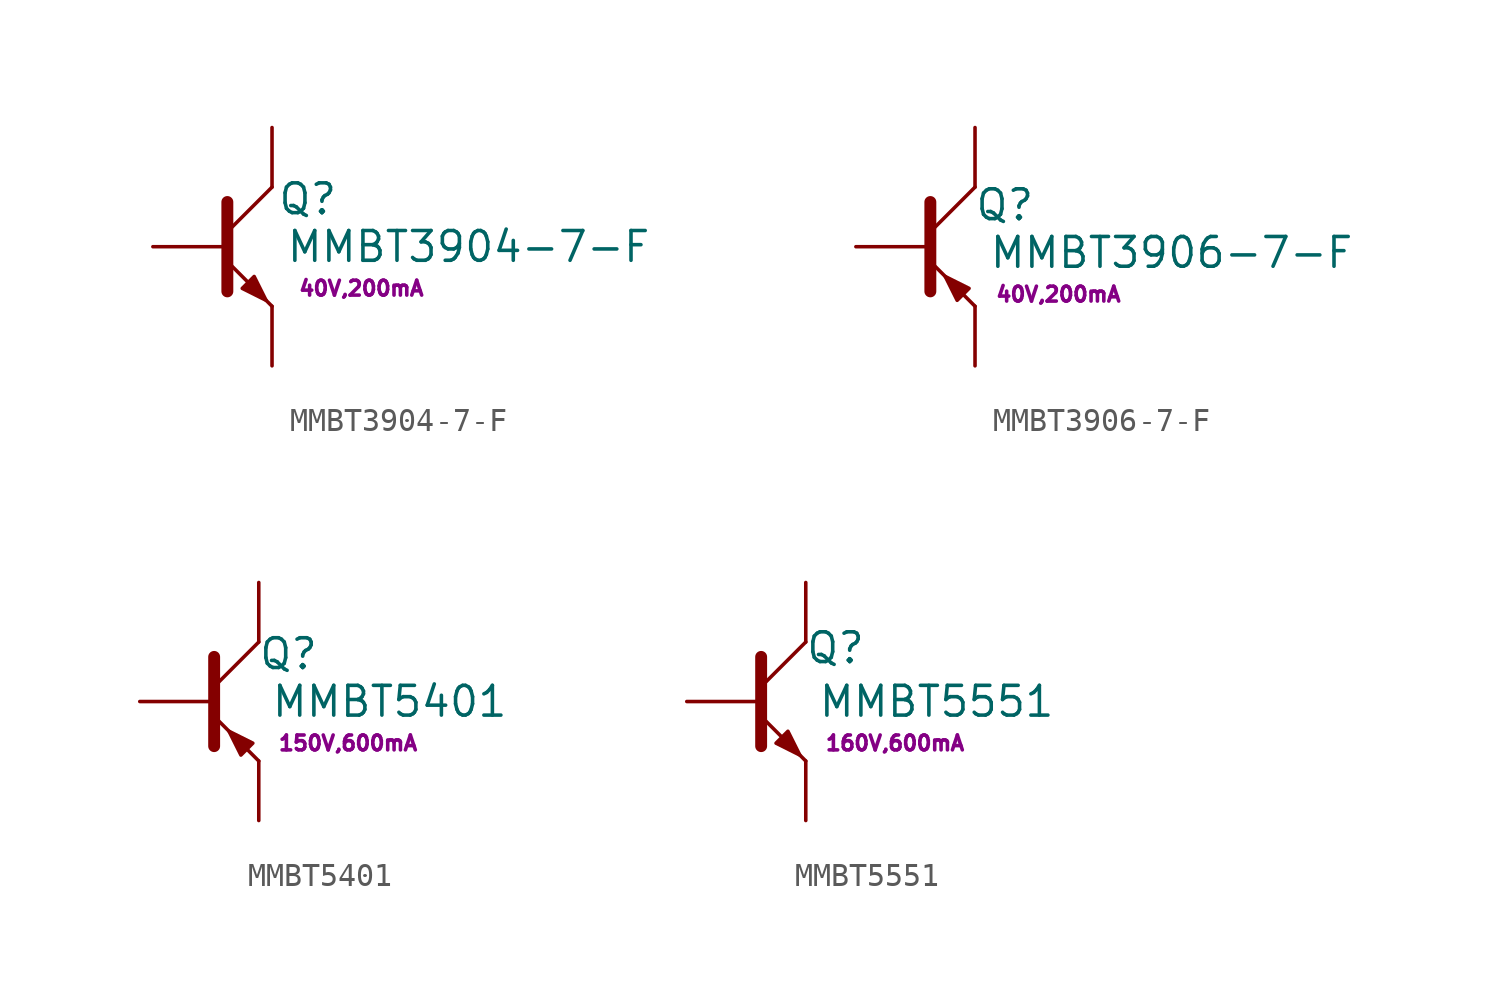
<source format=kicad_sym>
(kicad_symbol_lib
  (version 20231120)
  (generator "kicad_symbol_editor")
  (generator_version "8.0")
  (symbol "MMBT3904-7-F"
    (pin_numbers hide)
    (pin_names
      (offset 1.016) hide)
    (property "Reference" "Q"
      (at 2.794 2.032 0)
      (effects (font (size 1.27 1.27))))
    (property "Value" "MMBT3904-7-F"
      (at 9.652 0 0)
      (effects (font (size 1.27 1.27))))
    (property "Params" "40V,200mA"
      (at 5.08 -1.778 0)
      (effects (font (size 0.635 0.635))))
    (symbol "MMBT3904-7-F_1_1"
      (polyline (pts (xy -0.635 0.635) (xy 1.27 2.54)) (stroke (width 0) (type default)) (fill (type none)))
      (polyline (pts (xy -0.635 -0.635) (xy 1.27 -2.54) (xy 1.27 -2.54)) (stroke (width 0) (type default)) (fill (type none)))
      (polyline (pts (xy -0.635 1.905) (xy -0.635 -1.905) (xy -0.635 -1.905)) (stroke (width 0.508) (type default)) (fill (type none)))
      (polyline (pts (xy 0 -1.778) (xy 0.508 -1.27) (xy 1.016 -2.286) (xy 0 -1.778) (xy 0 -1.778)) (stroke (width 0) (type default)) (fill (type outline)))
      (pin input line (at -3.81 0 0) (length 3.099) (name "B" (effects (font (size 1.27 1.27)))) (number "1" (effects (font (size 1.27 1.27)))))
      (pin passive line (at 1.27 -5.08 90) (length 2.54) (name "E" (effects (font (size 1.27 1.27)))) (number "2" (effects (font (size 1.27 1.27)))))
      (pin passive line (at 1.27 5.08 270) (length 2.54) (name "C" (effects (font (size 1.27 1.27)))) (number "3" (effects (font (size 1.27 1.27)))))))
  (symbol "MMBT3906-7-F"
    (pin_numbers hide)
    (pin_names
      (offset 1.016) hide)
    (property "Reference" "Q"
      (at 2.54 1.778 0)
      (effects (font (size 1.27 1.27))))
    (property "Value" "MMBT3906-7-F"
      (at 9.652 -0.254 0)
      (effects (font (size 1.27 1.27))))
    (property "Params" "40V,200mA"
      (at 4.826 -2.032 0)
      (effects (font (size 0.635 0.635))))
    (symbol "MMBT3906-7-F_1_1"
      (polyline (pts (xy -0.635 0.635) (xy 1.27 2.54)) (stroke (width 0) (type default)) (fill (type none)))
      (polyline (pts (xy -0.635 -0.635) (xy 1.27 -2.54) (xy 1.27 -2.54)) (stroke (width 0) (type default)) (fill (type none)))
      (polyline (pts (xy -0.635 1.905) (xy -0.635 -1.905) (xy -0.635 -1.905)) (stroke (width 0.508) (type default)) (fill (type none)))
      (polyline (pts (xy 1.016 -1.778) (xy 0.508 -2.286) (xy 0 -1.27) (xy 1.016 -1.778) (xy 1.016 -1.778)) (stroke (width 0) (type default)) (fill (type outline)))
      (pin input line (at -3.81 0 0) (length 3.099) (name "B" (effects (font (size 1.27 1.27)))) (number "1" (effects (font (size 1.27 1.27)))))
      (pin passive line (at 1.27 -5.08 90) (length 2.54) (name "E" (effects (font (size 1.27 1.27)))) (number "2" (effects (font (size 1.27 1.27)))))
      (pin passive line (at 1.27 5.08 270) (length 2.54) (name "C" (effects (font (size 1.27 1.27)))) (number "3" (effects (font (size 1.27 1.27)))))))
  (symbol "MMBT5401"
    (pin_numbers hide)
    (pin_names
      (offset 1.016) hide)
    (property "Reference" "Q"
      (at 2.54 2.032 0)
      (effects (font (size 1.27 1.27))))
    (property "Value" "MMBT5401"
      (at 6.858 0 0)
      (effects (font (size 1.27 1.27))))
    (property "Params" "150V,600mA"
      (at 5.08 -1.778 0)
      (effects (font (size 0.635 0.635))))
    (symbol "MMBT5401_1_1"
      (polyline (pts (xy -0.635 0.635) (xy 1.27 2.54)) (stroke (width 0) (type default)) (fill (type none)))
      (polyline (pts (xy -0.635 -0.635) (xy 1.27 -2.54) (xy 1.27 -2.54)) (stroke (width 0) (type default)) (fill (type none)))
      (polyline (pts (xy -0.635 1.905) (xy -0.635 -1.905) (xy -0.635 -1.905)) (stroke (width 0.508) (type default)) (fill (type none)))
      (polyline (pts (xy 1.016 -1.778) (xy 0.508 -2.286) (xy 0 -1.27) (xy 1.016 -1.778) (xy 1.016 -1.778)) (stroke (width 0) (type default)) (fill (type outline)))
      (pin input line (at -3.81 0 0) (length 3.099) (name "B" (effects (font (size 1.27 1.27)))) (number "1" (effects (font (size 1.27 1.27)))))
      (pin passive line (at 1.27 -5.08 90) (length 2.54) (name "E" (effects (font (size 1.27 1.27)))) (number "2" (effects (font (size 1.27 1.27)))))
      (pin passive line (at 1.27 5.08 270) (length 2.54) (name "C" (effects (font (size 1.27 1.27)))) (number "3" (effects (font (size 1.27 1.27)))))))
  (symbol "MMBT5551"
    (pin_numbers hide)
    (pin_names
      (offset 1.016) hide)
    (property "Reference" "Q"
      (at 2.54 2.286 0)
      (effects (font (size 1.27 1.27))))
    (property "Value" "MMBT5551"
      (at 6.858 0 0)
      (effects (font (size 1.27 1.27))))
    (property "Params" "160V,600mA"
      (at 5.08 -1.778 0)
      (effects (font (size 0.635 0.635))))
    (symbol "MMBT5551_1_1"
      (polyline (pts (xy -0.635 0.635) (xy 1.27 2.54)) (stroke (width 0) (type default)) (fill (type none)))
      (polyline (pts (xy -0.635 -0.635) (xy 1.27 -2.54) (xy 1.27 -2.54)) (stroke (width 0) (type default)) (fill (type none)))
      (polyline (pts (xy -0.635 1.905) (xy -0.635 -1.905) (xy -0.635 -1.905)) (stroke (width 0.508) (type default)) (fill (type none)))
      (polyline (pts (xy 0 -1.778) (xy 0.508 -1.27) (xy 1.016 -2.286) (xy 0 -1.778) (xy 0 -1.778)) (stroke (width 0) (type default)) (fill (type outline)))
      (pin input line (at -3.81 0 0) (length 3.099) (name "B" (effects (font (size 1.27 1.27)))) (number "1" (effects (font (size 1.27 1.27)))))
      (pin passive line (at 1.27 -5.08 90) (length 2.54) (name "E" (effects (font (size 1.27 1.27)))) (number "2" (effects (font (size 1.27 1.27)))))
      (pin passive line (at 1.27 5.08 270) (length 2.54) (name "C" (effects (font (size 1.27 1.27)))) (number "3" (effects (font (size 1.27 1.27))))))))
</source>
